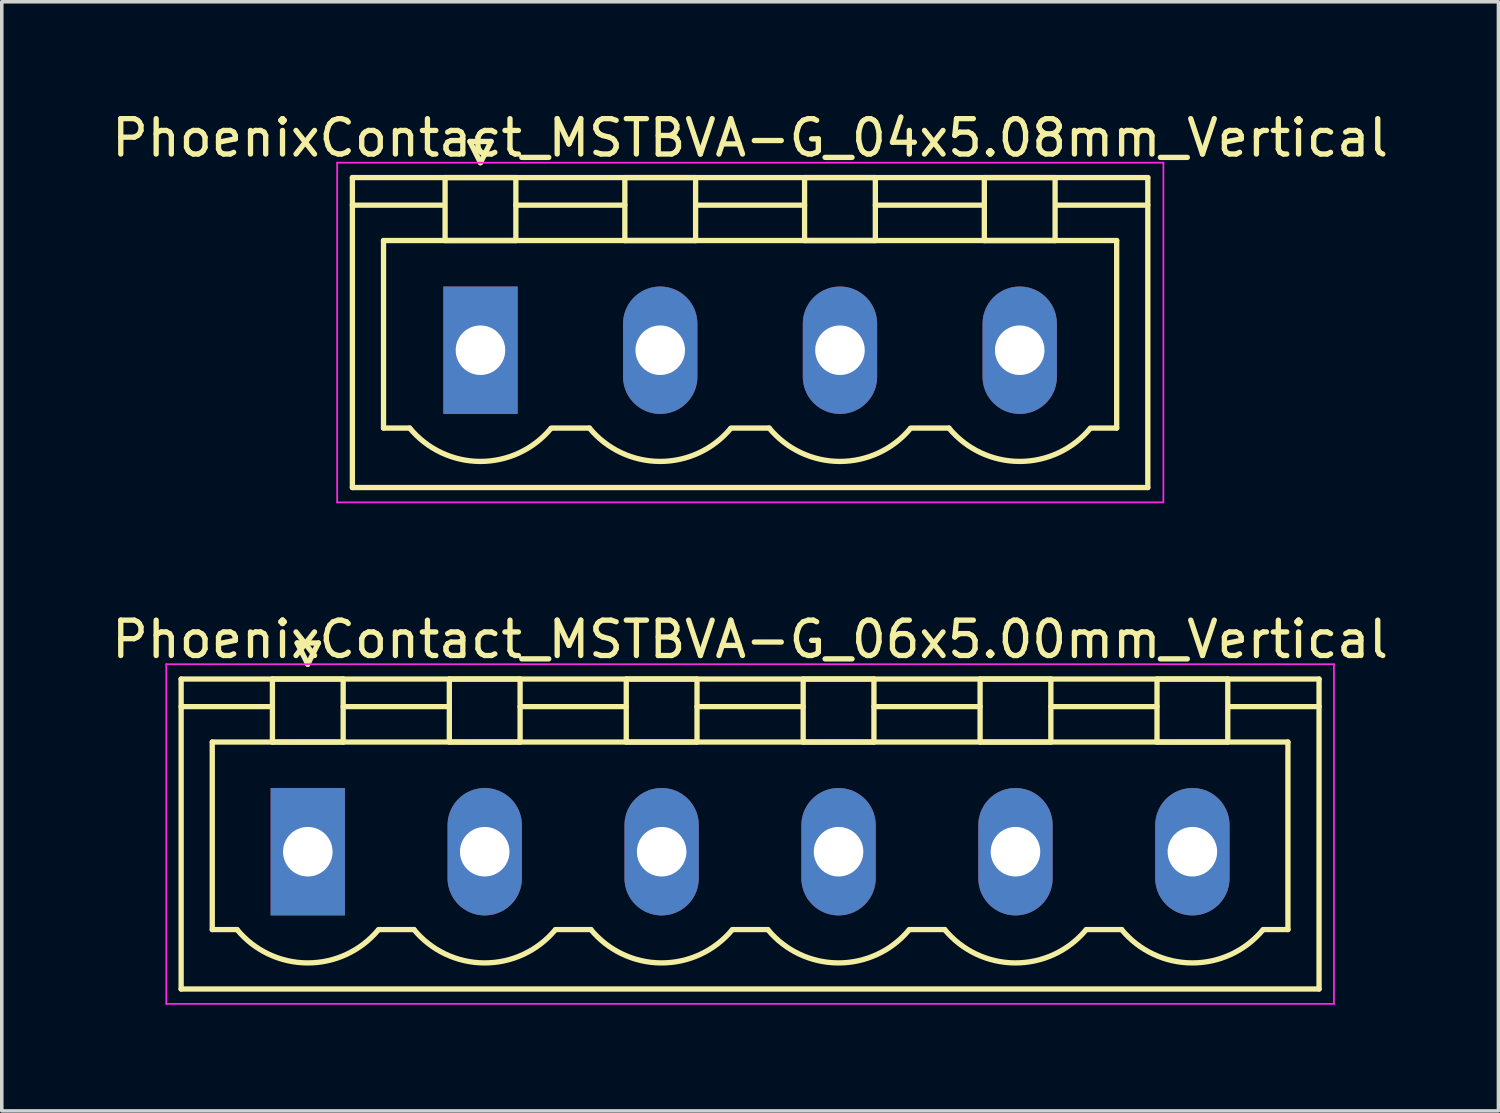
<source format=kicad_pcb>
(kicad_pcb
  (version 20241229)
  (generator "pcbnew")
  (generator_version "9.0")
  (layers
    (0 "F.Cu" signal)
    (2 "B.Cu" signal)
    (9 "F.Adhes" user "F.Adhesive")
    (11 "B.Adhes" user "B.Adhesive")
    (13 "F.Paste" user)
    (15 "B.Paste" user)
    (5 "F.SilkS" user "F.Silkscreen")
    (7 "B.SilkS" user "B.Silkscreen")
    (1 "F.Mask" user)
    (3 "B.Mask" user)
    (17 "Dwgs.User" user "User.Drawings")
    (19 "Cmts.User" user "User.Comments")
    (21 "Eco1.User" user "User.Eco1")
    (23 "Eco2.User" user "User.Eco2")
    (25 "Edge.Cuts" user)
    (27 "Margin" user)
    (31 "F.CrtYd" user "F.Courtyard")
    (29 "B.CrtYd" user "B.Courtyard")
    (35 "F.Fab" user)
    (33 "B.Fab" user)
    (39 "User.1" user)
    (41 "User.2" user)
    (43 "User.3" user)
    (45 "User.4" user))
  (footprint "PhoenixContact_MSTBVA-G_06x5.00mm_Vertical"
    (layer "F.Cu")
    (at 5.649 21.021)
    (property "Reference" "PhoenixContact_MSTBVA-G_06x5.00mm_Vertical" (at 12.5 -6 0) (layer "F.SilkS") (effects (font (size 1 1) (thickness 0.15))))
    (attr through_hole)
    (fp_line (start -3.58 -4.88) (end -3.58 3.88) (stroke (width 0.15) (type solid)) (layer "F.SilkS"))
    (fp_line (start -3.58 -4.1) (end -1.08 -4.1) (stroke (width 0.15) (type solid)) (layer "F.SilkS"))
    (fp_line (start -3.58 3.88) (end 28.58 3.88) (stroke (width 0.15) (type solid)) (layer "F.SilkS"))
    (fp_line (start -2.7 -3.1) (end 27.7 -3.1) (stroke (width 0.15) (type solid)) (layer "F.SilkS"))
    (fp_line (start -2.7 2.2) (end -2.7 -3.1) (stroke (width 0.15) (type solid)) (layer "F.SilkS"))
    (fp_line (start -2 2.2) (end -2.7 2.2) (stroke (width 0.15) (type solid)) (layer "F.SilkS"))
    (fp_line (start -1 -4.88) (end 1 -4.88) (stroke (width 0.15) (type solid)) (layer "F.SilkS"))
    (fp_line (start -1 -3.1) (end -1 -4.88) (stroke (width 0.15) (type solid)) (layer "F.SilkS"))
    (fp_line (start -0.3 -5.9) (end 0 -5.3) (stroke (width 0.15) (type solid)) (layer "F.SilkS"))
    (fp_line (start 0 -5.3) (end 0.3 -5.9) (stroke (width 0.15) (type solid)) (layer "F.SilkS"))
    (fp_line (start 0.3 -5.9) (end -0.3 -5.9) (stroke (width 0.15) (type solid)) (layer "F.SilkS"))
    (fp_line (start 1 -4.88) (end 1 -3.1) (stroke (width 0.15) (type solid)) (layer "F.SilkS"))
    (fp_line (start 1 -4.1) (end 4 -4.1) (stroke (width 0.15) (type solid)) (layer "F.SilkS"))
    (fp_line (start 1 -3.1) (end -1 -3.1) (stroke (width 0.15) (type solid)) (layer "F.SilkS"))
    (fp_line (start 2 2.2) (end 3 2.2) (stroke (width 0.15) (type solid)) (layer "F.SilkS"))
    (fp_line (start 4 -4.88) (end 6 -4.88) (stroke (width 0.15) (type solid)) (layer "F.SilkS"))
    (fp_line (start 4 -3.1) (end 4 -4.88) (stroke (width 0.15) (type solid)) (layer "F.SilkS"))
    (fp_line (start 6 -4.88) (end 6 -3.1) (stroke (width 0.15) (type solid)) (layer "F.SilkS"))
    (fp_line (start 6 -4.1) (end 9 -4.1) (stroke (width 0.15) (type solid)) (layer "F.SilkS"))
    (fp_line (start 6 -3.1) (end 4 -3.1) (stroke (width 0.15) (type solid)) (layer "F.SilkS"))
    (fp_line (start 7 2.2) (end 8 2.2) (stroke (width 0.15) (type solid)) (layer "F.SilkS"))
    (fp_line (start 9 -4.88) (end 11 -4.88) (stroke (width 0.15) (type solid)) (layer "F.SilkS"))
    (fp_line (start 9 -3.1) (end 9 -4.88) (stroke (width 0.15) (type solid)) (layer "F.SilkS"))
    (fp_line (start 11 -4.88) (end 11 -3.1) (stroke (width 0.15) (type solid)) (layer "F.SilkS"))
    (fp_line (start 11 -4.1) (end 14 -4.1) (stroke (width 0.15) (type solid)) (layer "F.SilkS"))
    (fp_line (start 11 -3.1) (end 9 -3.1) (stroke (width 0.15) (type solid)) (layer "F.SilkS"))
    (fp_line (start 12 2.2) (end 13 2.2) (stroke (width 0.15) (type solid)) (layer "F.SilkS"))
    (fp_line (start 14 -4.88) (end 16 -4.88) (stroke (width 0.15) (type solid)) (layer "F.SilkS"))
    (fp_line (start 14 -3.1) (end 14 -4.88) (stroke (width 0.15) (type solid)) (layer "F.SilkS"))
    (fp_line (start 16 -4.88) (end 16 -3.1) (stroke (width 0.15) (type solid)) (layer "F.SilkS"))
    (fp_line (start 16 -4.1) (end 19 -4.1) (stroke (width 0.15) (type solid)) (layer "F.SilkS"))
    (fp_line (start 16 -3.1) (end 14 -3.1) (stroke (width 0.15) (type solid)) (layer "F.SilkS"))
    (fp_line (start 17 2.2) (end 18 2.2) (stroke (width 0.15) (type solid)) (layer "F.SilkS"))
    (fp_line (start 19 -4.88) (end 21 -4.88) (stroke (width 0.15) (type solid)) (layer "F.SilkS"))
    (fp_line (start 19 -3.1) (end 19 -4.88) (stroke (width 0.15) (type solid)) (layer "F.SilkS"))
    (fp_line (start 21 -4.88) (end 21 -3.1) (stroke (width 0.15) (type solid)) (layer "F.SilkS"))
    (fp_line (start 21 -4.1) (end 24 -4.1) (stroke (width 0.15) (type solid)) (layer "F.SilkS"))
    (fp_line (start 21 -3.1) (end 19 -3.1) (stroke (width 0.15) (type solid)) (layer "F.SilkS"))
    (fp_line (start 22 2.2) (end 23 2.2) (stroke (width 0.15) (type solid)) (layer "F.SilkS"))
    (fp_line (start 24 -4.88) (end 26 -4.88) (stroke (width 0.15) (type solid)) (layer "F.SilkS"))
    (fp_line (start 24 -3.1) (end 24 -4.88) (stroke (width 0.15) (type solid)) (layer "F.SilkS"))
    (fp_line (start 26 -4.88) (end 26 -3.1) (stroke (width 0.15) (type solid)) (layer "F.SilkS"))
    (fp_line (start 26 -3.1) (end 24 -3.1) (stroke (width 0.15) (type solid)) (layer "F.SilkS"))
    (fp_line (start 27.7 -3.1) (end 27.7 2.2) (stroke (width 0.15) (type solid)) (layer "F.SilkS"))
    (fp_line (start 27.7 2.2) (end 27 2.2) (stroke (width 0.15) (type solid)) (layer "F.SilkS"))
    (fp_line (start 28.58 -4.88) (end -3.58 -4.88) (stroke (width 0.15) (type solid)) (layer "F.SilkS"))
    (fp_line (start 28.58 -4.1) (end 26.08 -4.1) (stroke (width 0.15) (type solid)) (layer "F.SilkS"))
    (fp_line (start 28.58 3.88) (end 28.58 -4.88) (stroke (width 0.15) (type solid)) (layer "F.SilkS"))
    (fp_arc (start 1.986842 2.215821) (mid -0.010289 3.142758) (end -2 2.2) (stroke (width 0.15) (type solid)) (layer "F.SilkS"))
    (fp_arc (start 6.986842 2.215821) (mid 4.989711 3.142758) (end 3 2.2) (stroke (width 0.15) (type solid)) (layer "F.SilkS"))
    (fp_arc (start 11.986842 2.215821) (mid 9.989711 3.142758) (end 8 2.2) (stroke (width 0.15) (type solid)) (layer "F.SilkS"))
    (fp_arc (start 16.986842 2.215821) (mid 14.989711 3.142758) (end 13 2.2) (stroke (width 0.15) (type solid)) (layer "F.SilkS"))
    (fp_arc (start 21.986842 2.215821) (mid 19.989711 3.142758) (end 18 2.2) (stroke (width 0.15) (type solid)) (layer "F.SilkS"))
    (fp_arc (start 26.986842 2.215821) (mid 24.989711 3.142758) (end 23 2.2) (stroke (width 0.15) (type solid)) (layer "F.SilkS"))
    (fp_line (start -4 -5.3) (end -4 4.3) (stroke (width 0.05) (type solid)) (layer "F.CrtYd"))
    (fp_line (start -4 4.3) (end 29 4.3) (stroke (width 0.05) (type solid)) (layer "F.CrtYd"))
    (fp_line (start 29 -5.3) (end -4 -5.3) (stroke (width 0.05) (type solid)) (layer "F.CrtYd"))
    (fp_line (start 29 4.3) (end 29 -5.3) (stroke (width 0.05) (type solid)) (layer "F.CrtYd"))
    (pad "1" thru_hole rect (at 0 0) (size 2.1 3.6) (drill 1.4) (layers "*.Cu" "*.Mask"))
    (pad "2" thru_hole oval (at 5 0) (size 2.1 3.6) (drill 1.4) (layers "*.Cu" "*.Mask"))
    (pad "3" thru_hole oval (at 10 0) (size 2.1 3.6) (drill 1.4) (layers "*.Cu" "*.Mask"))
    (pad "4" thru_hole oval (at 15 0) (size 2.1 3.6) (drill 1.4) (layers "*.Cu" "*.Mask"))
    (pad "5" thru_hole oval (at 20 0) (size 2.1 3.6) (drill 1.4) (layers "*.Cu" "*.Mask"))
    (pad "6" thru_hole oval (at 25 0) (size 2.1 3.6) (drill 1.4) (layers "*.Cu" "*.Mask")))
  (footprint "PhoenixContact_MSTBVA-G_04x5.08mm_Vertical"
    (layer "F.Cu")
    (at 10.529 6.848)
    (property "Reference" "PhoenixContact_MSTBVA-G_04x5.08mm_Vertical" (at 7.62 -6 0) (layer "F.SilkS") (effects (font (size 1 1) (thickness 0.15))))
    (attr through_hole)
    (fp_line (start -3.62 -4.88) (end -3.62 3.88) (stroke (width 0.15) (type solid)) (layer "F.SilkS"))
    (fp_line (start -3.62 -4.1) (end -1.08 -4.1) (stroke (width 0.15) (type solid)) (layer "F.SilkS"))
    (fp_line (start -3.62 3.88) (end 18.86 3.88) (stroke (width 0.15) (type solid)) (layer "F.SilkS"))
    (fp_line (start -2.74 -3.1) (end 17.98 -3.1) (stroke (width 0.15) (type solid)) (layer "F.SilkS"))
    (fp_line (start -2.74 2.2) (end -2.74 -3.1) (stroke (width 0.15) (type solid)) (layer "F.SilkS"))
    (fp_line (start -2 2.2) (end -2.74 2.2) (stroke (width 0.15) (type solid)) (layer "F.SilkS"))
    (fp_line (start -1 -4.88) (end 1 -4.88) (stroke (width 0.15) (type solid)) (layer "F.SilkS"))
    (fp_line (start -1 -3.1) (end -1 -4.88) (stroke (width 0.15) (type solid)) (layer "F.SilkS"))
    (fp_line (start -0.3 -5.9) (end 0 -5.3) (stroke (width 0.15) (type solid)) (layer "F.SilkS"))
    (fp_line (start 0 -5.3) (end 0.3 -5.9) (stroke (width 0.15) (type solid)) (layer "F.SilkS"))
    (fp_line (start 0.3 -5.9) (end -0.3 -5.9) (stroke (width 0.15) (type solid)) (layer "F.SilkS"))
    (fp_line (start 1 -4.88) (end 1 -3.1) (stroke (width 0.15) (type solid)) (layer "F.SilkS"))
    (fp_line (start 1 -4.1) (end 4.08 -4.1) (stroke (width 0.15) (type solid)) (layer "F.SilkS"))
    (fp_line (start 1 -3.1) (end -1 -3.1) (stroke (width 0.15) (type solid)) (layer "F.SilkS"))
    (fp_line (start 2 2.2) (end 3.08 2.2) (stroke (width 0.15) (type solid)) (layer "F.SilkS"))
    (fp_line (start 4.08 -4.88) (end 6.08 -4.88) (stroke (width 0.15) (type solid)) (layer "F.SilkS"))
    (fp_line (start 4.08 -3.1) (end 4.08 -4.88) (stroke (width 0.15) (type solid)) (layer "F.SilkS"))
    (fp_line (start 6.08 -4.88) (end 6.08 -3.1) (stroke (width 0.15) (type solid)) (layer "F.SilkS"))
    (fp_line (start 6.08 -4.1) (end 9.16 -4.1) (stroke (width 0.15) (type solid)) (layer "F.SilkS"))
    (fp_line (start 6.08 -3.1) (end 4.08 -3.1) (stroke (width 0.15) (type solid)) (layer "F.SilkS"))
    (fp_line (start 7.08 2.2) (end 8.16 2.2) (stroke (width 0.15) (type solid)) (layer "F.SilkS"))
    (fp_line (start 9.16 -4.88) (end 11.16 -4.88) (stroke (width 0.15) (type solid)) (layer "F.SilkS"))
    (fp_line (start 9.16 -3.1) (end 9.16 -4.88) (stroke (width 0.15) (type solid)) (layer "F.SilkS"))
    (fp_line (start 11.16 -4.88) (end 11.16 -3.1) (stroke (width 0.15) (type solid)) (layer "F.SilkS"))
    (fp_line (start 11.16 -4.1) (end 14.24 -4.1) (stroke (width 0.15) (type solid)) (layer "F.SilkS"))
    (fp_line (start 11.16 -3.1) (end 9.16 -3.1) (stroke (width 0.15) (type solid)) (layer "F.SilkS"))
    (fp_line (start 12.16 2.2) (end 13.24 2.2) (stroke (width 0.15) (type solid)) (layer "F.SilkS"))
    (fp_line (start 14.24 -4.88) (end 16.24 -4.88) (stroke (width 0.15) (type solid)) (layer "F.SilkS"))
    (fp_line (start 14.24 -3.1) (end 14.24 -4.88) (stroke (width 0.15) (type solid)) (layer "F.SilkS"))
    (fp_line (start 16.24 -4.88) (end 16.24 -3.1) (stroke (width 0.15) (type solid)) (layer "F.SilkS"))
    (fp_line (start 16.24 -3.1) (end 14.24 -3.1) (stroke (width 0.15) (type solid)) (layer "F.SilkS"))
    (fp_line (start 17.98 -3.1) (end 17.98 2.2) (stroke (width 0.15) (type solid)) (layer "F.SilkS"))
    (fp_line (start 17.98 2.2) (end 17.24 2.2) (stroke (width 0.15) (type solid)) (layer "F.SilkS"))
    (fp_line (start 18.86 -4.88) (end -3.62 -4.88) (stroke (width 0.15) (type solid)) (layer "F.SilkS"))
    (fp_line (start 18.86 -4.1) (end 16.32 -4.1) (stroke (width 0.15) (type solid)) (layer "F.SilkS"))
    (fp_line (start 18.86 3.88) (end 18.86 -4.88) (stroke (width 0.15) (type solid)) (layer "F.SilkS"))
    (fp_arc (start 1.986842 2.215821) (mid -0.010289 3.142758) (end -2 2.2) (stroke (width 0.15) (type solid)) (layer "F.SilkS"))
    (fp_arc (start 7.066842 2.215821) (mid 5.069711 3.142758) (end 3.08 2.2) (stroke (width 0.15) (type solid)) (layer "F.SilkS"))
    (fp_arc (start 12.146842 2.215821) (mid 10.149711 3.142758) (end 8.16 2.2) (stroke (width 0.15) (type solid)) (layer "F.SilkS"))
    (fp_arc (start 17.226842 2.215821) (mid 15.229711 3.142758) (end 13.24 2.2) (stroke (width 0.15) (type solid)) (layer "F.SilkS"))
    (fp_line (start -4.05 -5.3) (end -4.05 4.3) (stroke (width 0.05) (type solid)) (layer "F.CrtYd"))
    (fp_line (start -4.05 4.3) (end 19.3 4.3) (stroke (width 0.05) (type solid)) (layer "F.CrtYd"))
    (fp_line (start 19.3 -5.3) (end -4.05 -5.3) (stroke (width 0.05) (type solid)) (layer "F.CrtYd"))
    (fp_line (start 19.3 4.3) (end 19.3 -5.3) (stroke (width 0.05) (type solid)) (layer "F.CrtYd"))
    (pad "1" thru_hole rect (at 0 0) (size 2.1 3.6) (drill 1.4) (layers "*.Cu" "*.Mask"))
    (pad "2" thru_hole oval (at 5.08 0) (size 2.1 3.6) (drill 1.4) (layers "*.Cu" "*.Mask"))
    (pad "3" thru_hole oval (at 10.16 0) (size 2.1 3.6) (drill 1.4) (layers "*.Cu" "*.Mask"))
    (pad "4" thru_hole oval (at 15.24 0) (size 2.1 3.6) (drill 1.4) (layers "*.Cu" "*.Mask")))
  (gr_rect
    (start -3 -3)
    (end 39.298 28.346)
    (stroke (width 0.1) (type default))
    (fill no)
    (layer "Edge.Cuts")))
</source>
